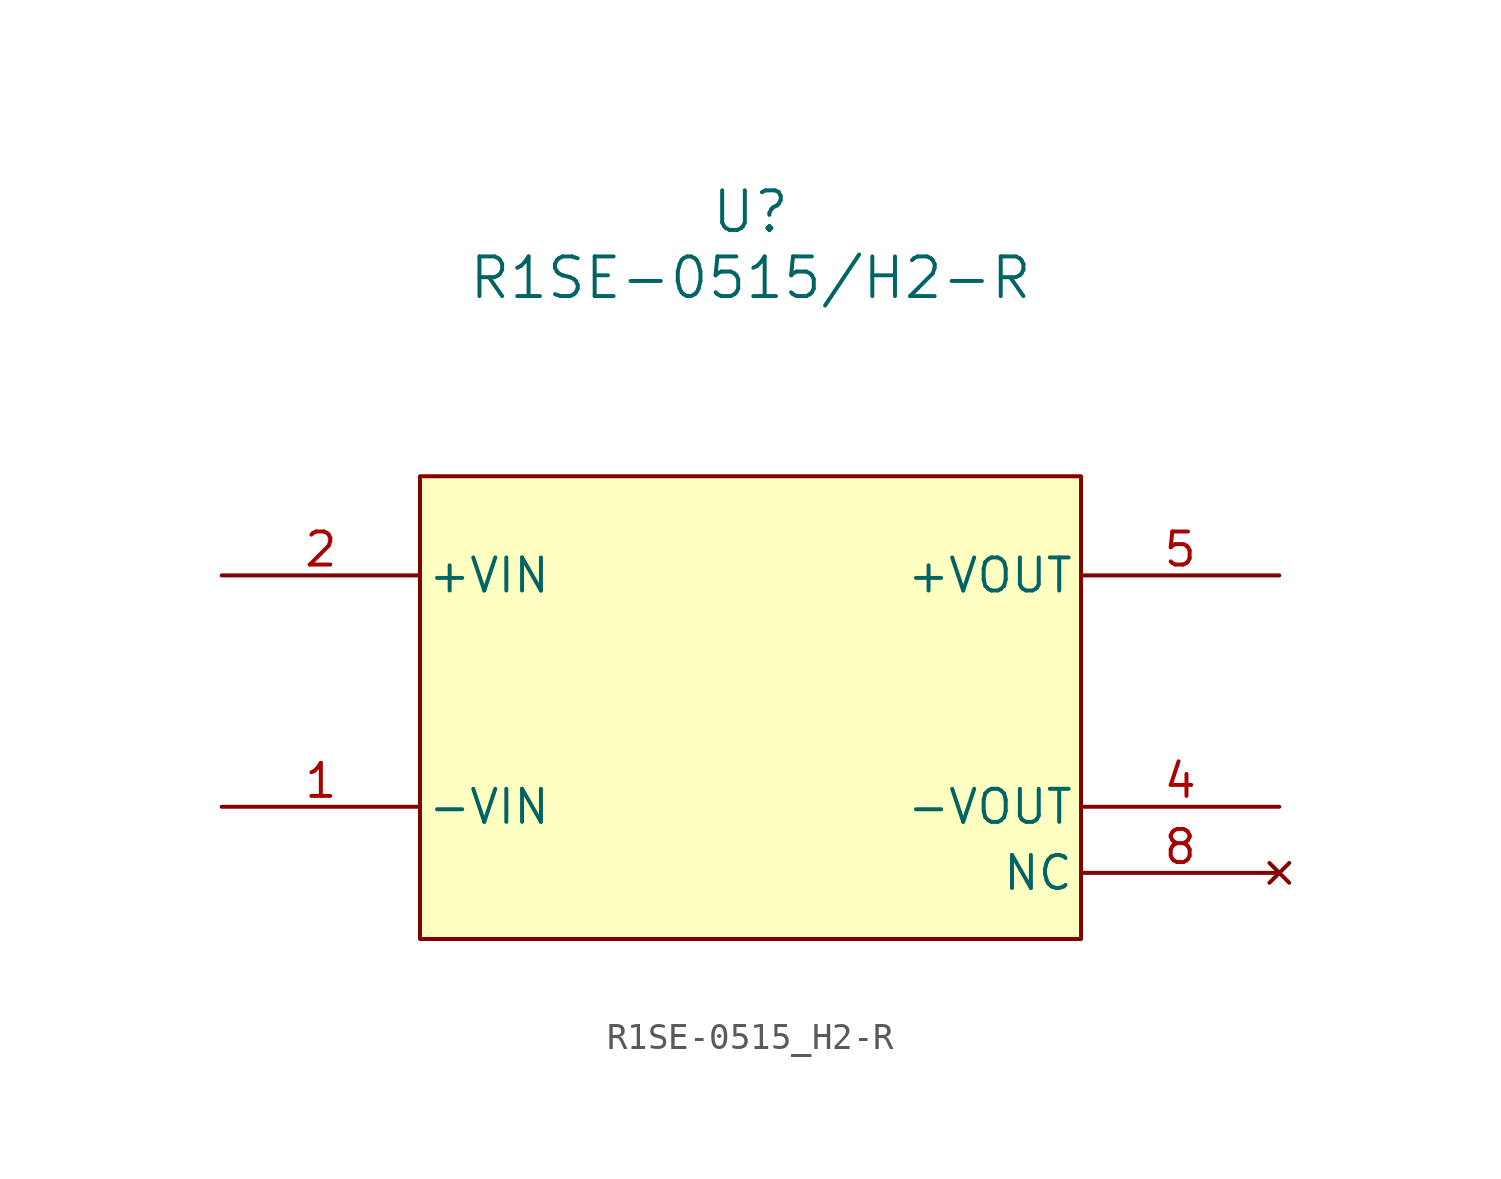
<source format=kicad_sym>
(kicad_symbol_lib
  (version 20231120)
  (generator "kicad_symbol_editor")
  (generator_version "8.0")
  (symbol "R1SE-0515_H2-R"
    (pin_names
      (offset 0.254))
    (property "Reference" "U"
      (at 20.32 10.16 0)
      (effects (font (size 1.524 1.524))))
    (property "Value" "R1SE-0515/H2-R"
      (at 20.32 7.62 0)
      (effects (font (size 1.524 1.524))))
    (symbol "R1SE-0515_H2-R_0_1"
      (pin power_in line (at 0 -12.7 0) (length 7.62) (name "-VIN" (effects (font (size 1.27 1.27)))) (number "1" (effects (font (size 1.27 1.27)))))
      (pin power_in line (at 0 -3.81 0) (length 7.62) (name "+VIN" (effects (font (size 1.27 1.27)))) (number "2" (effects (font (size 1.27 1.27)))))
      (pin output line (at 40.64 -12.7 180) (length 7.62) (name "-VOUT" (effects (font (size 1.27 1.27)))) (number "4" (effects (font (size 1.27 1.27)))))
      (pin output line (at 40.64 -3.81 180) (length 7.62) (name "+VOUT" (effects (font (size 1.27 1.27)))) (number "5" (effects (font (size 1.27 1.27)))))
      (pin no_connect line (at 40.64 -15.24 180) (length 7.62) (name "NC" (effects (font (size 1.27 1.27)))) (number "8" (effects (font (size 1.27 1.27))))))
    (symbol "R1SE-0515_H2-R_1_1"
      (rectangle (start 7.62 0) (end 33.02 -17.78) (stroke (width 0) (type default)) (fill (type background))))))
</source>
